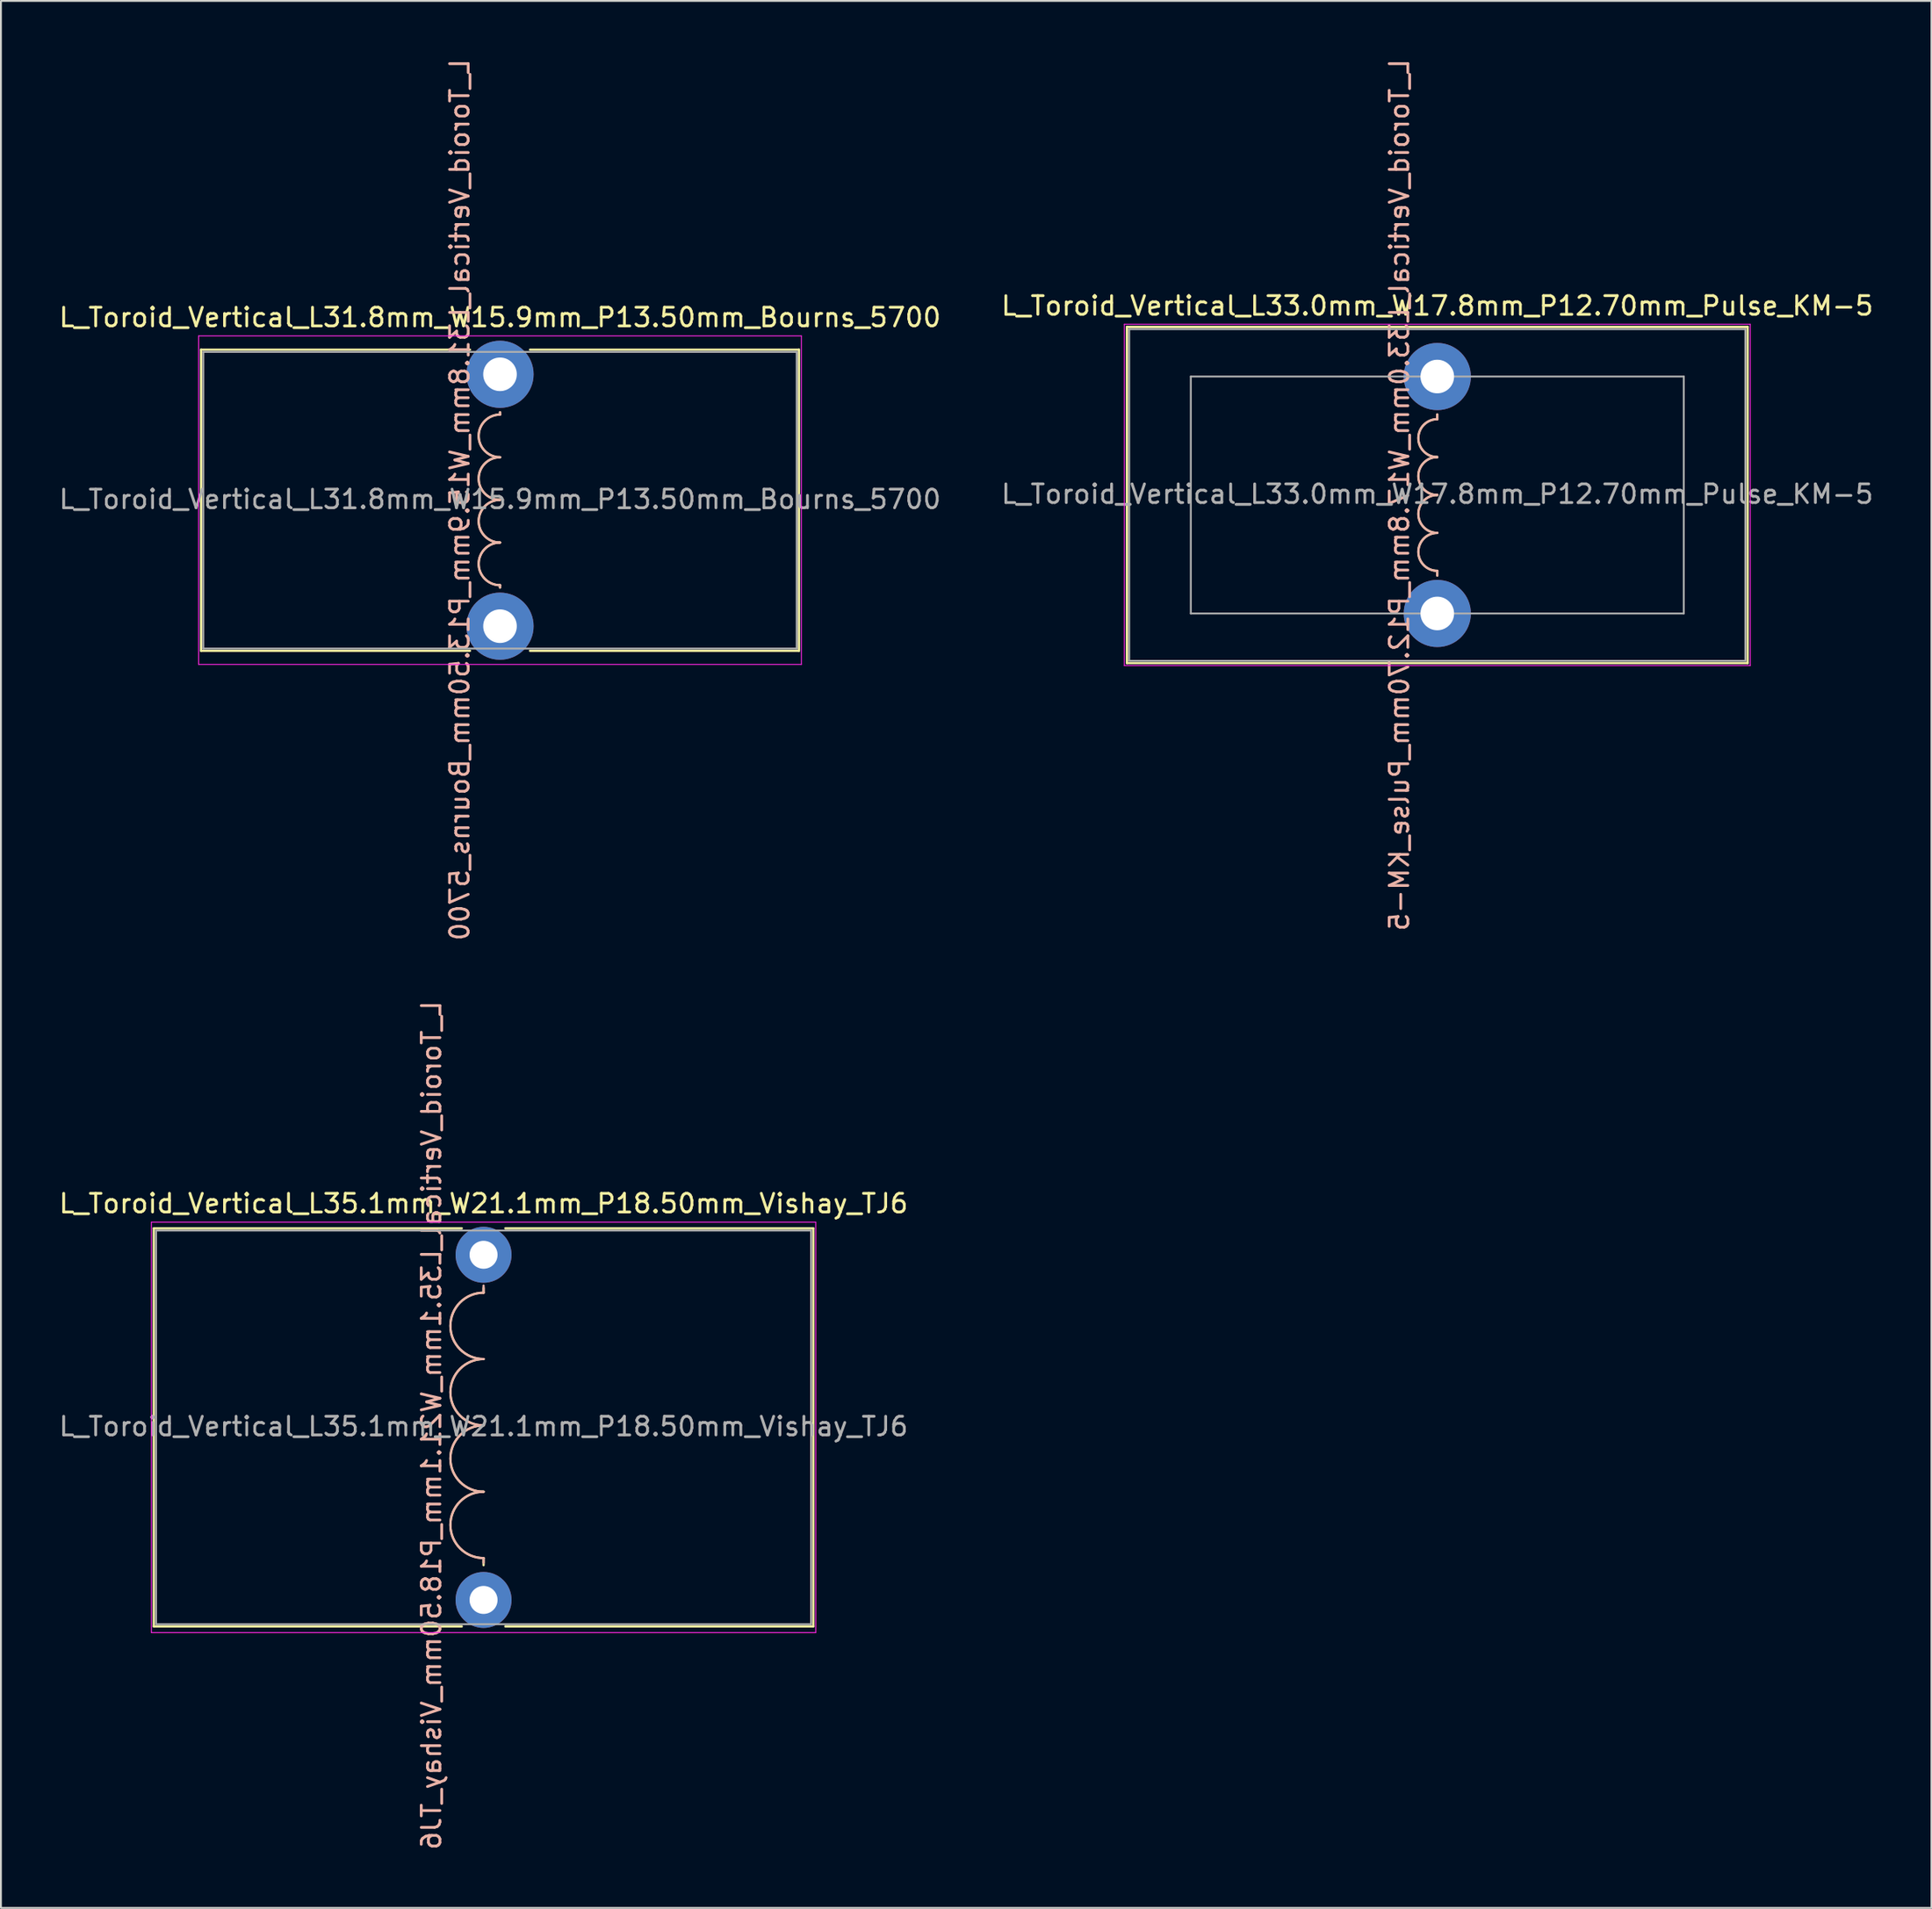
<source format=kicad_pcb>
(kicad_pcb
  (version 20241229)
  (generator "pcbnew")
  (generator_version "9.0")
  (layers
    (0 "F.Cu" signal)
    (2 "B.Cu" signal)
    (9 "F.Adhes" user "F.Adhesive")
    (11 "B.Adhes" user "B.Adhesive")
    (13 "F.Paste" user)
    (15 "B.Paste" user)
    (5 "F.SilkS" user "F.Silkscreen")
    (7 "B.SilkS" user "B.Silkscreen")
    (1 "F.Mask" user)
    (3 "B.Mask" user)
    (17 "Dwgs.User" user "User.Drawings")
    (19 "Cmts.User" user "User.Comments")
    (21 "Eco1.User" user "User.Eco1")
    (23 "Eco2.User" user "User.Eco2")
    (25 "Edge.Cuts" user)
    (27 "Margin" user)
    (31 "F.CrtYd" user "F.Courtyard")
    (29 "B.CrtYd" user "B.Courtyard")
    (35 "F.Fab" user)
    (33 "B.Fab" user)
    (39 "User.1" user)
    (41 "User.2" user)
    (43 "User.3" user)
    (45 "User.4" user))
  (footprint "L_Toroid_Vertical_L35.1mm_W21.1mm_P18.50mm_Vishay_TJ6"
    (layer "F.Cu")
    (at 22.863 64.207)
    (property "Reference" "L_Toroid_Vertical_L35.1mm_W21.1mm_P18.50mm_Vishay_TJ6" (at 0 -2.75 0) (layer "F.SilkS") (effects (font (size 1 1) (thickness 0.15))))
    (fp_line (start -17.67 -1.42) (end -17.67 19.92) (stroke (width 0.12) (type solid)) (layer "F.SilkS"))
    (fp_line (start -17.67 -1.42) (end -1.166 -1.42) (stroke (width 0.12) (type solid)) (layer "F.SilkS"))
    (fp_line (start -17.67 19.92) (end -1.166 19.92) (stroke (width 0.12) (type solid)) (layer "F.SilkS"))
    (fp_line (start 0 2.032) (end 0 1.778) (stroke (width 0.12) (type solid)) (layer "F.SilkS"))
    (fp_line (start 0 16.256) (end 0 16.637) (stroke (width 0.12) (type solid)) (layer "F.SilkS"))
    (fp_line (start 1.166 -1.42) (end 17.67 -1.42) (stroke (width 0.12) (type solid)) (layer "F.SilkS"))
    (fp_line (start 1.166 19.92) (end 17.67 19.92) (stroke (width 0.12) (type solid)) (layer "F.SilkS"))
    (fp_line (start 17.67 -1.42) (end 17.67 19.92) (stroke (width 0.12) (type solid)) (layer "F.SilkS"))
    (fp_arc (start 0 5.588) (mid -1.778 3.81) (end 0 2.032) (stroke (width 0.12) (type solid)) (layer "F.SilkS"))
    (fp_arc (start 0 9.144) (mid -1.778 7.366) (end 0 5.588) (stroke (width 0.12) (type solid)) (layer "F.SilkS"))
    (fp_arc (start 0 12.7) (mid -1.778 10.922) (end 0 9.144) (stroke (width 0.12) (type solid)) (layer "F.SilkS"))
    (fp_arc (start 0 16.256) (mid -1.778 14.478) (end 0 12.7) (stroke (width 0.12) (type solid)) (layer "F.SilkS"))
    (fp_line (start 0 2.032) (end 0 1.651) (stroke (width 0.12) (type solid)) (layer "B.SilkS"))
    (fp_line (start 0 16.256) (end 0 16.51) (stroke (width 0.12) (type solid)) (layer "B.SilkS"))
    (fp_arc (start 0 5.588) (mid -1.778 3.81) (end 0 2.032) (stroke (width 0.12) (type solid)) (layer "B.SilkS"))
    (fp_arc (start 0 9.144) (mid -1.778 7.366) (end 0 5.588) (stroke (width 0.12) (type solid)) (layer "B.SilkS"))
    (fp_arc (start 0 12.7) (mid -1.778 10.922) (end 0 9.144) (stroke (width 0.12) (type solid)) (layer "B.SilkS"))
    (fp_arc (start 0 16.256) (mid -1.778 14.478) (end 0 12.7) (stroke (width 0.12) (type solid)) (layer "B.SilkS"))
    (fp_line (start -17.8 -1.75) (end -17.8 20.25) (stroke (width 0.05) (type solid)) (layer "F.CrtYd"))
    (fp_line (start -17.8 20.25) (end 17.8 20.25) (stroke (width 0.05) (type solid)) (layer "F.CrtYd"))
    (fp_line (start 17.8 -1.75) (end -17.8 -1.75) (stroke (width 0.05) (type solid)) (layer "F.CrtYd"))
    (fp_line (start 17.8 20.25) (end 17.8 -1.75) (stroke (width 0.05) (type solid)) (layer "F.CrtYd"))
    (fp_line (start -17.55 -1.3) (end -17.55 19.8) (stroke (width 0.1) (type solid)) (layer "F.Fab"))
    (fp_line (start -17.55 19.8) (end 17.55 19.8) (stroke (width 0.1) (type solid)) (layer "F.Fab"))
    (fp_line (start 17.55 -1.3) (end -17.55 -1.3) (stroke (width 0.1) (type solid)) (layer "F.Fab"))
    (fp_line (start 17.55 19.8) (end 17.55 -1.3) (stroke (width 0.1) (type solid)) (layer "F.Fab"))
    (fp_text user "${REFERENCE}" (at -2.794 9.144 90) (layer "B.SilkS") (effects (font (size 1 1) (thickness 0.15)) (justify mirror)))
    (fp_text user "${REFERENCE}" (at 0 9.2 0) (layer "F.Fab") (effects (font (size 1 1) (thickness 0.15))))
    (pad "1" thru_hole circle (at 0 0) (size 3 3) (drill 1.5) (layers "*.Cu" "*.Mask"))
    (pad "2" thru_hole circle (at 0 18.5) (size 3 3) (drill 1.5) (layers "*.Cu" "*.Mask")))
  (footprint "L_Toroid_Vertical_L33.0mm_W17.8mm_P12.70mm_Pulse_KM-5"
    (layer "F.Cu")
    (at 73.97 17.132)
    (property "Reference" "L_Toroid_Vertical_L33.0mm_W17.8mm_P12.70mm_Pulse_KM-5" (at 0 -3.79 0) (layer "F.SilkS") (effects (font (size 1 1) (thickness 0.15))))
    (fp_line (start -16.631 -2.66) (end -16.631 15.36) (stroke (width 0.12) (type solid)) (layer "F.SilkS"))
    (fp_line (start -16.631 -2.66) (end 16.631 -2.66) (stroke (width 0.12) (type solid)) (layer "F.SilkS"))
    (fp_line (start -16.631 15.36) (end 16.631 15.36) (stroke (width 0.12) (type solid)) (layer "F.SilkS"))
    (fp_line (start 0 2.286) (end 0 2.032) (stroke (width 0.12) (type solid)) (layer "F.SilkS"))
    (fp_line (start 0 10.414) (end 0 10.668) (stroke (width 0.12) (type solid)) (layer "F.SilkS"))
    (fp_line (start 16.631 -2.66) (end 16.631 15.36) (stroke (width 0.12) (type solid)) (layer "F.SilkS"))
    (fp_arc (start 0 4.318) (mid -1.016 3.302) (end 0 2.286) (stroke (width 0.12) (type solid)) (layer "F.SilkS"))
    (fp_arc (start 0 6.35) (mid -1.016 5.334) (end 0 4.318) (stroke (width 0.12) (type solid)) (layer "F.SilkS"))
    (fp_arc (start 0 8.382) (mid -1.016 7.366) (end 0 6.35) (stroke (width 0.12) (type solid)) (layer "F.SilkS"))
    (fp_arc (start 0 10.414) (mid -1.016 9.398) (end 0 8.382) (stroke (width 0.12) (type solid)) (layer "F.SilkS"))
    (fp_line (start 0 2.286) (end 0 2.032) (stroke (width 0.12) (type solid)) (layer "B.SilkS"))
    (fp_line (start 0 10.414) (end 0 10.668) (stroke (width 0.12) (type solid)) (layer "B.SilkS"))
    (fp_arc (start 0 4.318) (mid -1.016 3.302) (end 0 2.286) (stroke (width 0.12) (type solid)) (layer "B.SilkS"))
    (fp_arc (start 0 6.35) (mid -1.016 5.334) (end 0 4.318) (stroke (width 0.12) (type solid)) (layer "B.SilkS"))
    (fp_arc (start 0 8.382) (mid -1.016 7.366) (end 0 6.35) (stroke (width 0.12) (type solid)) (layer "B.SilkS"))
    (fp_arc (start 0 10.414) (mid -1.016 9.398) (end 0 8.382) (stroke (width 0.12) (type solid)) (layer "B.SilkS"))
    (fp_line (start -16.77 -2.8) (end -16.77 15.49) (stroke (width 0.05) (type solid)) (layer "F.CrtYd"))
    (fp_line (start -16.77 15.49) (end 16.77 15.49) (stroke (width 0.05) (type solid)) (layer "F.CrtYd"))
    (fp_line (start 16.77 -2.8) (end -16.77 -2.8) (stroke (width 0.05) (type solid)) (layer "F.CrtYd"))
    (fp_line (start 16.77 15.49) (end 16.77 -2.8) (stroke (width 0.05) (type solid)) (layer "F.CrtYd"))
    (fp_line (start -16.51 -2.54) (end -16.51 15.24) (stroke (width 0.1) (type solid)) (layer "F.Fab"))
    (fp_line (start -16.51 15.24) (end 16.51 15.24) (stroke (width 0.1) (type solid)) (layer "F.Fab"))
    (fp_line (start -13.208 0) (end -13.208 12.7) (stroke (width 0.1) (type solid)) (layer "F.Fab"))
    (fp_line (start -13.208 12.7) (end 13.208 12.7) (stroke (width 0.1) (type solid)) (layer "F.Fab"))
    (fp_line (start 13.208 0) (end -13.208 0) (stroke (width 0.1) (type solid)) (layer "F.Fab"))
    (fp_line (start 13.208 12.7) (end 13.208 0) (stroke (width 0.1) (type solid)) (layer "F.Fab"))
    (fp_line (start 16.51 -2.54) (end -16.51 -2.54) (stroke (width 0.1) (type solid)) (layer "F.Fab"))
    (fp_line (start 16.51 15.24) (end 16.51 -2.54) (stroke (width 0.1) (type solid)) (layer "F.Fab"))
    (fp_text user "${REFERENCE}" (at -2.032 6.35 90) (layer "B.SilkS") (effects (font (size 1 1) (thickness 0.15)) (justify mirror)))
    (fp_text user "${REFERENCE}" (at 0 6.3 0) (layer "F.Fab") (effects (font (size 1 1) (thickness 0.15))))
    (pad "1" thru_hole circle (at 0 0) (size 3.6 3.6) (drill 1.8) (layers "*.Cu" "*.Mask"))
    (pad "2" thru_hole circle (at 0 12.7) (size 3.6 3.6) (drill 1.8) (layers "*.Cu" "*.Mask")))
  (footprint "L_Toroid_Vertical_L31.8mm_W15.9mm_P13.50mm_Bourns_5700"
    (layer "F.Cu")
    (at 23.744 17.013)
    (property "Reference" "L_Toroid_Vertical_L31.8mm_W15.9mm_P13.50mm_Bourns_5700" (at 0 -3.05 0) (layer "F.SilkS") (effects (font (size 1 1) (thickness 0.15))))
    (fp_line (start -16.02 -1.32) (end -16.02 14.82) (stroke (width 0.12) (type solid)) (layer "F.SilkS"))
    (fp_line (start -16.02 -1.32) (end -1.608 -1.32) (stroke (width 0.12) (type solid)) (layer "F.SilkS"))
    (fp_line (start -16.02 14.82) (end -1.608 14.82) (stroke (width 0.12) (type solid)) (layer "F.SilkS"))
    (fp_line (start 0 2.159) (end 0 2.032) (stroke (width 0.12) (type solid)) (layer "F.SilkS"))
    (fp_line (start 0 11.303) (end 0 11.43) (stroke (width 0.12) (type solid)) (layer "F.SilkS"))
    (fp_line (start 1.608 -1.32) (end 16.02 -1.32) (stroke (width 0.12) (type solid)) (layer "F.SilkS"))
    (fp_line (start 1.608 14.82) (end 16.02 14.82) (stroke (width 0.12) (type solid)) (layer "F.SilkS"))
    (fp_line (start 16.02 -1.32) (end 16.02 14.82) (stroke (width 0.12) (type solid)) (layer "F.SilkS"))
    (fp_arc (start 0 4.445) (mid -1.143 3.302) (end 0 2.159) (stroke (width 0.12) (type solid)) (layer "F.SilkS"))
    (fp_arc (start 0 6.731) (mid -1.143 5.588) (end 0 4.445) (stroke (width 0.12) (type solid)) (layer "F.SilkS"))
    (fp_arc (start 0 9.017) (mid -1.143 7.874) (end 0 6.731) (stroke (width 0.12) (type solid)) (layer "F.SilkS"))
    (fp_arc (start 0 11.303) (mid -1.143 10.16) (end 0 9.017) (stroke (width 0.12) (type solid)) (layer "F.SilkS"))
    (fp_line (start 0 2.159) (end 0 2.032) (stroke (width 0.12) (type solid)) (layer "B.SilkS"))
    (fp_line (start 0 11.303) (end 0 11.43) (stroke (width 0.12) (type solid)) (layer "B.SilkS"))
    (fp_arc (start 0 4.445) (mid -1.143 3.302) (end 0 2.159) (stroke (width 0.12) (type solid)) (layer "B.SilkS"))
    (fp_arc (start 0 6.731) (mid -1.143 5.588) (end 0 4.445) (stroke (width 0.12) (type solid)) (layer "B.SilkS"))
    (fp_arc (start 0 9.017) (mid -1.143 7.874) (end 0 6.731) (stroke (width 0.12) (type solid)) (layer "B.SilkS"))
    (fp_arc (start 0 11.303) (mid -1.143 10.16) (end 0 9.017) (stroke (width 0.12) (type solid)) (layer "B.SilkS"))
    (fp_line (start -16.15 -2.06) (end -16.15 15.55) (stroke (width 0.05) (type solid)) (layer "F.CrtYd"))
    (fp_line (start -16.15 15.55) (end 16.15 15.55) (stroke (width 0.05) (type solid)) (layer "F.CrtYd"))
    (fp_line (start 16.15 -2.06) (end -16.15 -2.06) (stroke (width 0.05) (type solid)) (layer "F.CrtYd"))
    (fp_line (start 16.15 15.55) (end 16.15 -2.06) (stroke (width 0.05) (type solid)) (layer "F.CrtYd"))
    (fp_line (start -15.9 -1.2) (end -15.9 14.7) (stroke (width 0.1) (type solid)) (layer "F.Fab"))
    (fp_line (start -15.9 14.7) (end 15.9 14.7) (stroke (width 0.1) (type solid)) (layer "F.Fab"))
    (fp_line (start 15.9 -1.2) (end -15.9 -1.2) (stroke (width 0.1) (type solid)) (layer "F.Fab"))
    (fp_line (start 15.9 14.7) (end 15.9 -1.2) (stroke (width 0.1) (type solid)) (layer "F.Fab"))
    (fp_text user "${REFERENCE}" (at -2.159 6.731 90) (layer "B.SilkS") (effects (font (size 1 1) (thickness 0.15)) (justify mirror)))
    (fp_text user "${REFERENCE}" (at 0 6.7 0) (layer "F.Fab") (effects (font (size 1 1) (thickness 0.15))))
    (pad "1" thru_hole circle (at 0 0) (size 3.6 3.6) (drill 1.8) (layers "*.Cu" "*.Mask"))
    (pad "2" thru_hole circle (at 0 13.5) (size 3.6 3.6) (drill 1.8) (layers "*.Cu" "*.Mask")))
  (gr_rect
    (start -3 -3)
    (end 100.452 99.214)
    (stroke (width 0.1) (type default))
    (fill no)
    (layer "Edge.Cuts")))
</source>
